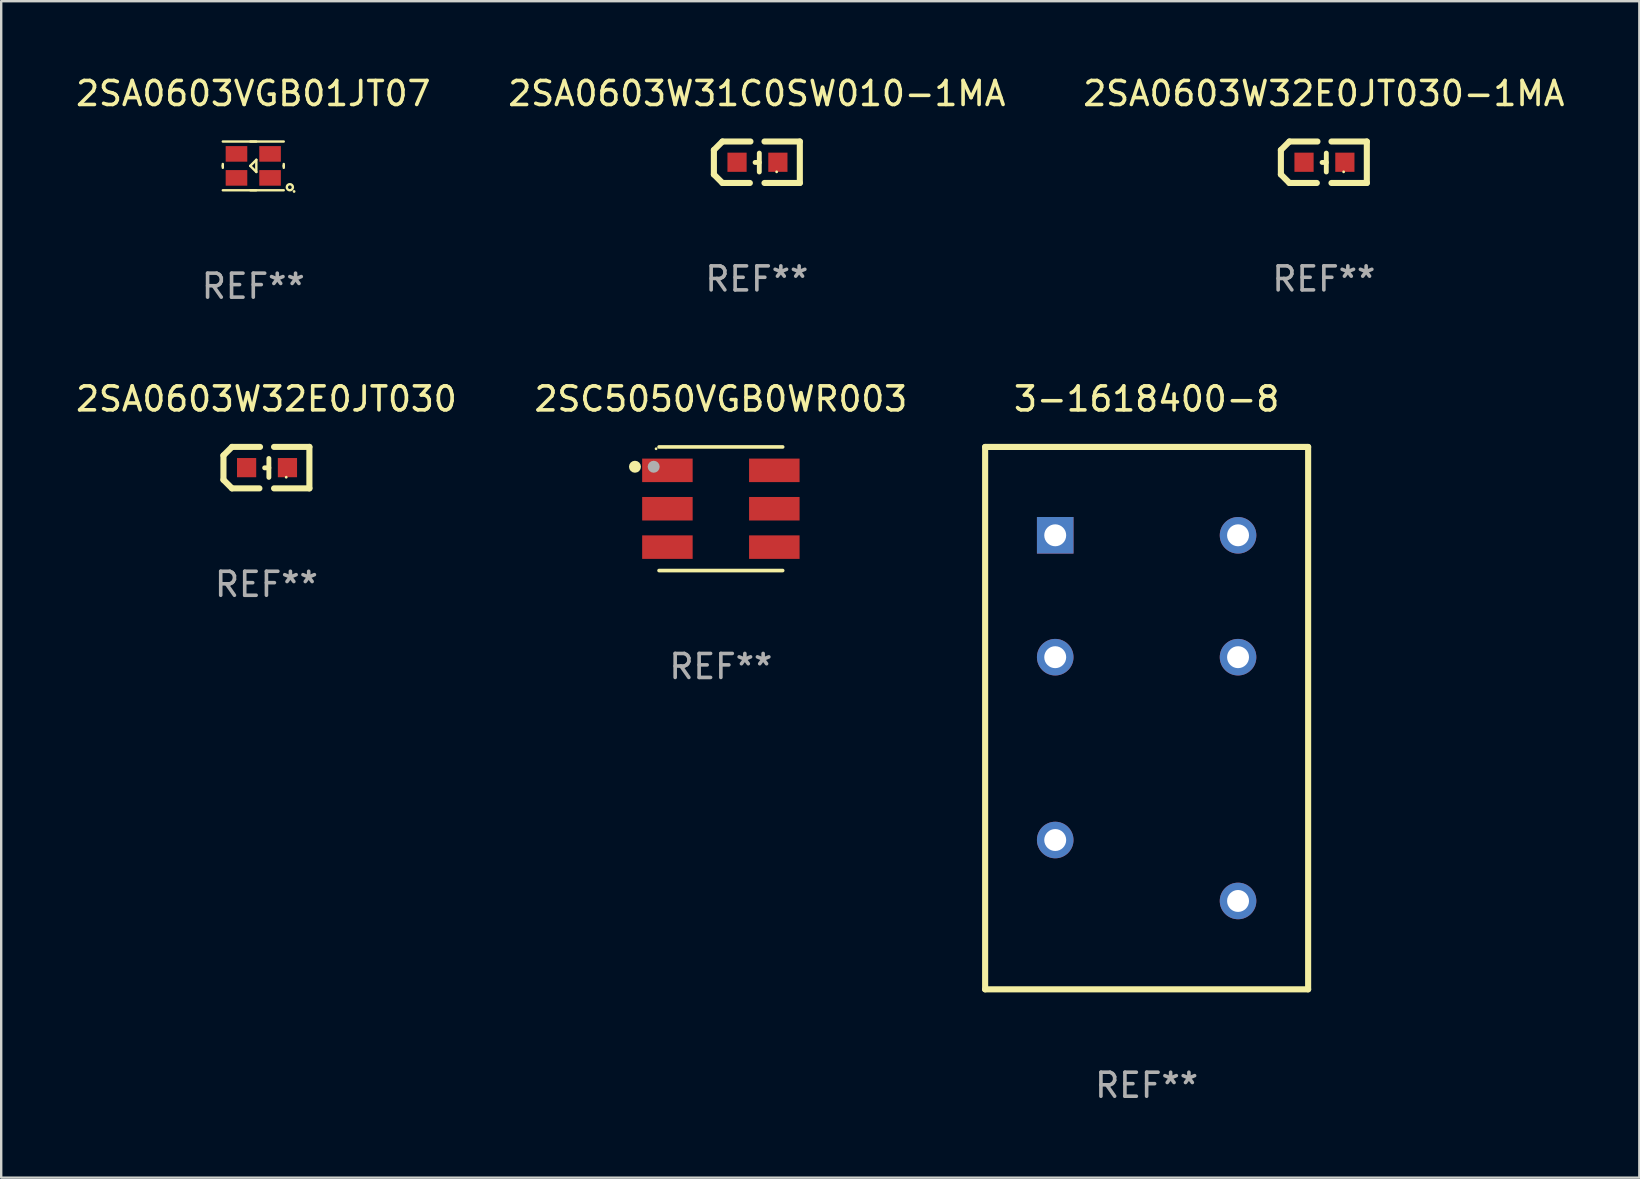
<source format=kicad_pcb>
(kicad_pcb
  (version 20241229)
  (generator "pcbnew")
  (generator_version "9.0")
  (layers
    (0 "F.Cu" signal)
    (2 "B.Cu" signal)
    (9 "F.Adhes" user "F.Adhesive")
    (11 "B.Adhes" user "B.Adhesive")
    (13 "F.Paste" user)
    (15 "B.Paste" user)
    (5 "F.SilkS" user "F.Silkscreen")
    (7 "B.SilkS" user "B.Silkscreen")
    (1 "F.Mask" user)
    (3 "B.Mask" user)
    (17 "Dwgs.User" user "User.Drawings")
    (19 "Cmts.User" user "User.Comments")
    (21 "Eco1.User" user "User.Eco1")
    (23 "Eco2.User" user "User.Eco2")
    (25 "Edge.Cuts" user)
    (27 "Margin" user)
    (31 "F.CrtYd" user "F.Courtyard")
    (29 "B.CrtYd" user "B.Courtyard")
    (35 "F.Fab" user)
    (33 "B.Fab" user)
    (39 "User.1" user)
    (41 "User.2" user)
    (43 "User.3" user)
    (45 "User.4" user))
  (footprint "2SA0603W31C0SW010-1MA"
    (layer "F.Cu")
    (at 28.494 3.712)
    (property "Reference" "2SA0603W31C0SW010-1MA" (at 0 -2.864 0) (layer "F.SilkS") (effects (font (size 1 1) (thickness 0.15))))
    (attr through_hole)
    (fp_line (start -1.791 -0.508) (end -1.435 -0.864) (stroke (width 0.254) (type solid)) (layer "F.SilkS"))
    (fp_line (start -1.791 0.508) (end -1.791 -0.508) (stroke (width 0.254) (type solid)) (layer "F.SilkS"))
    (fp_line (start -1.435 0.864) (end -1.791 0.508) (stroke (width 0.254) (type solid)) (layer "F.SilkS"))
    (fp_line (start -0.292 0.864) (end -1.435 0.864) (stroke (width 0.254) (type solid)) (layer "F.SilkS"))
    (fp_line (start -0.267 -0.864) (end -1.435 -0.864) (stroke (width 0.254) (type solid)) (layer "F.SilkS"))
    (fp_line (start 0.102 0.008) (end -0.074 0.008) (stroke (width 0.203) (type solid)) (layer "F.SilkS"))
    (fp_line (start 0.102 0.406) (end 0.102 -0.381) (stroke (width 0.203) (type solid)) (layer "F.SilkS"))
    (fp_line (start 1.791 -0.864) (end 0.318 -0.864) (stroke (width 0.254) (type solid)) (layer "F.SilkS"))
    (fp_line (start 1.791 0.864) (end 0.318 0.864) (stroke (width 0.254) (type solid)) (layer "F.SilkS"))
    (fp_line (start 1.791 0.864) (end 1.791 -0.864) (stroke (width 0.254) (type solid)) (layer "F.SilkS"))
    (fp_circle (center 0.825 0.4) (end 0.855 0.4) (stroke (width 0.06) (type solid)) (fill no) (layer "F.SilkS"))
    (fp_text user "REF**" (at 0 4.864 0) (layer "F.Fab") (effects (font (size 1 1) (thickness 0.15))))
    (pad "1" smd rect (at 0.876 0 90) (size 0.8 0.8) (layers "F.Cu" "F.Mask" "F.Paste"))
    (pad "2" smd rect (at -0.826 0 90) (size 0.8 0.8) (layers "F.Cu" "F.Mask" "F.Paste")))
  (footprint "2SA0603W32E0JT030"
    (layer "F.Cu")
    (at 8.054 16.44)
    (property "Reference" "2SA0603W32E0JT030" (at 0 -2.864 0) (layer "F.SilkS") (effects (font (size 1 1) (thickness 0.15))))
    (attr through_hole)
    (fp_line (start -1.791 -0.508) (end -1.435 -0.864) (stroke (width 0.254) (type solid)) (layer "F.SilkS"))
    (fp_line (start -1.791 0.508) (end -1.791 -0.508) (stroke (width 0.254) (type solid)) (layer "F.SilkS"))
    (fp_line (start -1.435 0.864) (end -1.791 0.508) (stroke (width 0.254) (type solid)) (layer "F.SilkS"))
    (fp_line (start -0.292 0.864) (end -1.435 0.864) (stroke (width 0.254) (type solid)) (layer "F.SilkS"))
    (fp_line (start -0.267 -0.864) (end -1.435 -0.864) (stroke (width 0.254) (type solid)) (layer "F.SilkS"))
    (fp_line (start 0.102 0.008) (end -0.074 0.008) (stroke (width 0.203) (type solid)) (layer "F.SilkS"))
    (fp_line (start 0.102 0.406) (end 0.102 -0.381) (stroke (width 0.203) (type solid)) (layer "F.SilkS"))
    (fp_line (start 1.791 -0.864) (end 0.318 -0.864) (stroke (width 0.254) (type solid)) (layer "F.SilkS"))
    (fp_line (start 1.791 0.864) (end 0.318 0.864) (stroke (width 0.254) (type solid)) (layer "F.SilkS"))
    (fp_line (start 1.791 0.864) (end 1.791 -0.864) (stroke (width 0.254) (type solid)) (layer "F.SilkS"))
    (fp_circle (center 0.825 0.4) (end 0.855 0.4) (stroke (width 0.06) (type solid)) (fill no) (layer "F.SilkS"))
    (fp_text user "REF**" (at 0 4.864 0) (layer "F.Fab") (effects (font (size 1 1) (thickness 0.15))))
    (pad "1" smd rect (at 0.876 0 90) (size 0.8 0.8) (layers "F.Cu" "F.Mask" "F.Paste"))
    (pad "2" smd rect (at -0.826 0 90) (size 0.8 0.8) (layers "F.Cu" "F.Mask" "F.Paste")))
  (footprint "2SA0603W32E0JT030-1MA"
    (layer "F.Cu")
    (at 52.125 3.712)
    (property "Reference" "2SA0603W32E0JT030-1MA" (at 0 -2.864 0) (layer "F.SilkS") (effects (font (size 1 1) (thickness 0.15))))
    (attr through_hole)
    (fp_line (start -1.791 -0.508) (end -1.435 -0.864) (stroke (width 0.254) (type solid)) (layer "F.SilkS"))
    (fp_line (start -1.791 0.508) (end -1.791 -0.508) (stroke (width 0.254) (type solid)) (layer "F.SilkS"))
    (fp_line (start -1.435 0.864) (end -1.791 0.508) (stroke (width 0.254) (type solid)) (layer "F.SilkS"))
    (fp_line (start -0.292 0.864) (end -1.435 0.864) (stroke (width 0.254) (type solid)) (layer "F.SilkS"))
    (fp_line (start -0.267 -0.864) (end -1.435 -0.864) (stroke (width 0.254) (type solid)) (layer "F.SilkS"))
    (fp_line (start 0.102 0.008) (end -0.074 0.008) (stroke (width 0.203) (type solid)) (layer "F.SilkS"))
    (fp_line (start 0.102 0.406) (end 0.102 -0.381) (stroke (width 0.203) (type solid)) (layer "F.SilkS"))
    (fp_line (start 1.791 -0.864) (end 0.318 -0.864) (stroke (width 0.254) (type solid)) (layer "F.SilkS"))
    (fp_line (start 1.791 0.864) (end 0.318 0.864) (stroke (width 0.254) (type solid)) (layer "F.SilkS"))
    (fp_line (start 1.791 0.864) (end 1.791 -0.864) (stroke (width 0.254) (type solid)) (layer "F.SilkS"))
    (fp_circle (center 0.825 0.4) (end 0.855 0.4) (stroke (width 0.06) (type solid)) (fill no) (layer "F.SilkS"))
    (fp_text user "REF**" (at 0 4.864 0) (layer "F.Fab") (effects (font (size 1 1) (thickness 0.15))))
    (pad "1" smd rect (at 0.876 0 90) (size 0.8 0.8) (layers "F.Cu" "F.Mask" "F.Paste"))
    (pad "2" smd rect (at -0.826 0 90) (size 0.8 0.8) (layers "F.Cu" "F.Mask" "F.Paste")))
  (footprint "3-1618400-8"
    (layer "F.Cu")
    (at 44.739 26.88)
    (property "Reference" "3-1618400-8" (at 0 -13.303 0) (layer "F.SilkS") (effects (font (size 1 1) (thickness 0.15))))
    (attr through_hole)
    (fp_line (start -6.731 -11.303) (end -6.731 11.303) (stroke (width 0.254) (type solid)) (layer "F.SilkS"))
    (fp_line (start 6.731 -11.303) (end -6.731 -11.303) (stroke (width 0.254) (type solid)) (layer "F.SilkS"))
    (fp_line (start 6.731 -11.303) (end 6.731 11.303) (stroke (width 0.254) (type solid)) (layer "F.SilkS"))
    (fp_line (start 6.731 11.303) (end -6.731 11.303) (stroke (width 0.254) (type solid)) (layer "F.SilkS"))
    (fp_text user "REF**" (at 0 15.303 0) (layer "F.Fab") (effects (font (size 1 1) (thickness 0.15))))
    (pad "1" thru_hole rect (at -3.81 -7.62) (size 1.524 1.524) (drill 0.914) (layers "*.Cu" "*.Mask"))
    (pad "3" thru_hole circle (at -3.81 -2.54) (size 1.524 1.524) (drill 0.914) (layers "*.Cu" "*.Mask"))
    (pad "6" thru_hole circle (at -3.81 5.08) (size 1.524 1.524) (drill 0.914) (layers "*.Cu" "*.Mask"))
    (pad "8" thru_hole circle (at 3.81 7.62) (size 1.524 1.524) (drill 0.914) (layers "*.Cu" "*.Mask"))
    (pad "12" thru_hole circle (at 3.81 -2.54) (size 1.524 1.524) (drill 0.914) (layers "*.Cu" "*.Mask"))
    (pad "14" thru_hole circle (at 3.81 -7.62) (size 1.524 1.524) (drill 0.914) (layers "*.Cu" "*.Mask")))
  (footprint "2SC5050VGB0WR003"
    (layer "F.Cu")
    (at 26.994 18.153)
    (property "Reference" "2SC5050VGB0WR003" (at 0 -4.576 0) (layer "F.SilkS") (effects (font (size 1 1) (thickness 0.15))))
    (attr through_hole)
    (fp_line (start -2.576 -2.576) (end 2.576 -2.576) (stroke (width 0.152) (type solid)) (layer "F.SilkS"))
    (fp_line (start -2.576 2.576) (end 2.576 2.576) (stroke (width 0.152) (type solid)) (layer "F.SilkS"))
    (fp_circle (center -3.58 -1.75) (end -3.455 -1.75) (stroke (width 0.25) (type solid)) (fill no) (layer "F.SilkS"))
    (fp_circle (center -2.7 -2.5) (end -2.67 -2.5) (stroke (width 0.06) (type solid)) (fill no) (layer "F.SilkS"))
    (fp_circle (center -2.8 -1.75) (end -2.675 -1.75) (stroke (width 0.25) (type solid)) (fill no) (layer "F.Fab"))
    (fp_text user "REF**" (at 0 6.576 0) (layer "F.Fab") (effects (font (size 1 1) (thickness 0.15))))
    (pad "1" smd rect (at -2.228 -1.6) (size 2.105 0.98) (layers "F.Cu" "F.Mask" "F.Paste"))
    (pad "2" smd rect (at -2.228 0) (size 2.105 0.98) (layers "F.Cu" "F.Mask" "F.Paste"))
    (pad "3" smd rect (at -2.228 1.6) (size 2.105 0.98) (layers "F.Cu" "F.Mask" "F.Paste"))
    (pad "4" smd rect (at 2.228 1.6) (size 2.105 0.98) (layers "F.Cu" "F.Mask" "F.Paste"))
    (pad "5" smd rect (at 2.228 0) (size 2.105 0.98) (layers "F.Cu" "F.Mask" "F.Paste"))
    (pad "6" smd rect (at 2.228 -1.6) (size 2.105 0.98) (layers "F.Cu" "F.Mask" "F.Paste")))
  (footprint "2SA0603VGB01JT07"
    (layer "F.Cu")
    (at 7.506 3.864)
    (property "Reference" "2SA0603VGB01JT07" (at 0 -3.016 0) (layer "F.SilkS") (effects (font (size 1 1) (thickness 0.15))))
    (attr through_hole)
    (fp_line (start -1.27 -1.016) (end 1.27 -1.016) (stroke (width 0.1) (type solid)) (layer "F.SilkS"))
    (fp_line (start -1.27 -0.08) (end -1.27 0.08) (stroke (width 0.1) (type solid)) (layer "F.SilkS"))
    (fp_line (start -1.27 -0.01) (end -1.27 0.01) (stroke (width 0.1) (type solid)) (layer "F.SilkS"))
    (fp_line (start -1.27 1.016) (end 1.27 1.016) (stroke (width 0.1) (type solid)) (layer "F.SilkS"))
    (fp_line (start -0.127 -0.000025) (end 0.127 0.254) (stroke (width 0.1) (type solid)) (layer "F.SilkS"))
    (fp_line (start -0.122 -1.016) (end 0.122 -1.016) (stroke (width 0.1) (type solid)) (layer "F.SilkS"))
    (fp_line (start 0.122 1.016) (end -0.122 1.016) (stroke (width 0.1) (type solid)) (layer "F.SilkS"))
    (fp_line (start 0.127 -0.254) (end -0.127 -0.000025) (stroke (width 0.1) (type solid)) (layer "F.SilkS"))
    (fp_line (start 0.127 0.254) (end 0.127 -0.254) (stroke (width 0.1) (type solid)) (layer "F.SilkS"))
    (fp_line (start 1.27 -0.08) (end 1.27 0.08) (stroke (width 0.1) (type solid)) (layer "F.SilkS"))
    (fp_line (start 1.27 -0.01) (end 1.27 0.01) (stroke (width 0.1) (type solid)) (layer "F.SilkS"))
    (fp_circle (center 1.524 0.889) (end 1.651 0.889) (stroke (width 0.1) (type solid)) (fill no) (layer "F.SilkS"))
    (fp_circle (center 1.701 1.066) (end 1.731 1.066) (stroke (width 0.06) (type solid)) (fill no) (layer "F.SilkS"))
    (fp_text user "REF**" (at 0 5.016 0) (layer "F.Fab") (effects (font (size 1 1) (thickness 0.15))))
    (pad "1" smd rect (at 0.7 0.5 180) (size 0.9 0.65) (layers "F.Cu" "F.Mask" "F.Paste"))
    (pad "2" smd rect (at -0.7 0.5 180) (size 0.9 0.65) (layers "F.Cu" "F.Mask" "F.Paste"))
    (pad "3" smd rect (at 0.7 -0.5 180) (size 0.9 0.65) (layers "F.Cu" "F.Mask" "F.Paste"))
    (pad "4" smd rect (at -0.7 -0.5 180) (size 0.9 0.65) (layers "F.Cu" "F.Mask" "F.Paste")))
  (gr_rect
    (start -3 -3)
    (end 65.274 46.031)
    (stroke (width 0.1) (type default))
    (fill no)
    (layer "Edge.Cuts")))
</source>
